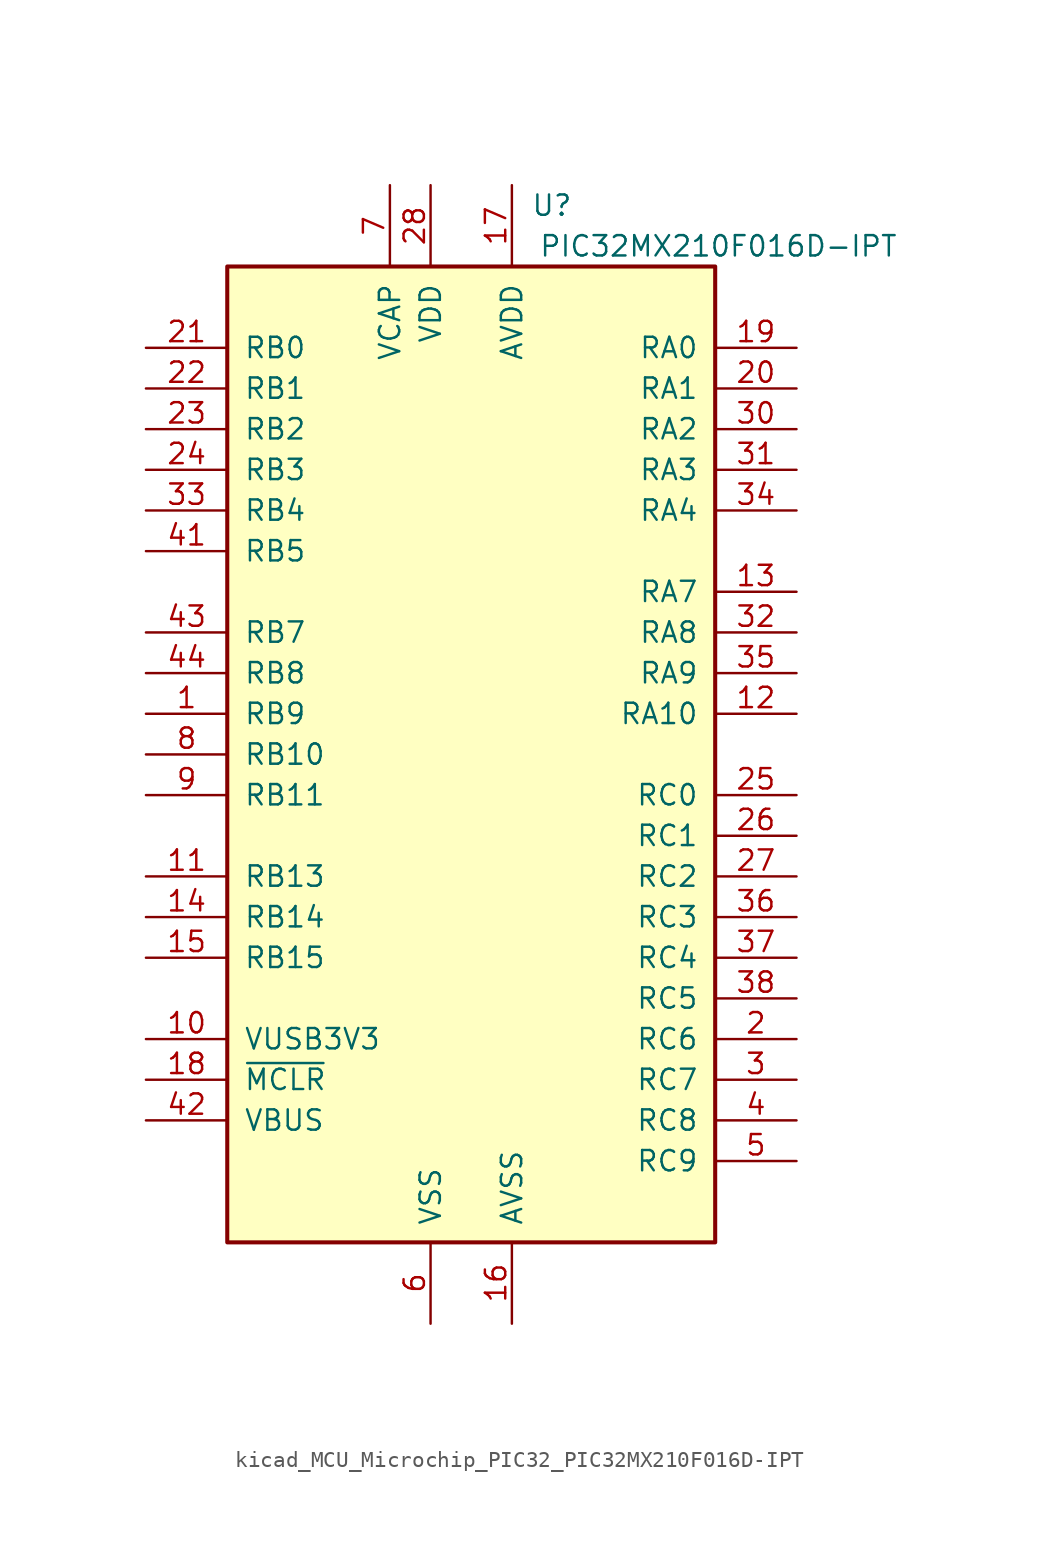
<source format=kicad_sym>
(kicad_symbol_lib
  (version 20220914)
  (generator kicad_symbol_editor)
  (symbol "kicad_MCU_Microchip_PIC32_PIC32MX210F016D-IPT"
    (pin_names
      (offset 1.016))
    (property "Reference" "U"
      (at 6.35 34.29 0)
      (effects (font (size 1.27 1.27)) (justify right)))
    (property "Value" "PIC32MX210F016D-IPT"
      (at 26.67 31.75 0)
      (effects (font (size 1.27 1.27)) (justify right)))
    (symbol "kicad_MCU_Microchip_PIC32_PIC32MX210F016D-IPT_0_1"
      (rectangle (start -15.24 30.48) (end 15.24 -30.48) (stroke (width 0.254) (type default)) (fill (type background))))
    (symbol "kicad_MCU_Microchip_PIC32_PIC32MX210F016D-IPT_1_1"
      (pin bidirectional line (at -20.32 2.54 0) (length 5.08) (name "RB9" (effects (font (size 1.27 1.27)))) (number "1" (effects (font (size 1.27 1.27)))))
      (pin bidirectional line (at -20.32 -17.78 0) (length 5.08) (name "VUSB3V3" (effects (font (size 1.27 1.27)))) (number "10" (effects (font (size 1.27 1.27)))))
      (pin bidirectional line (at -20.32 -7.62 0) (length 5.08) (name "RB13" (effects (font (size 1.27 1.27)))) (number "11" (effects (font (size 1.27 1.27)))))
      (pin bidirectional line (at 20.32 2.54 180) (length 5.08) (name "RA10" (effects (font (size 1.27 1.27)))) (number "12" (effects (font (size 1.27 1.27)))))
      (pin bidirectional line (at 20.32 10.16 180) (length 5.08) (name "RA7" (effects (font (size 1.27 1.27)))) (number "13" (effects (font (size 1.27 1.27)))))
      (pin bidirectional line (at -20.32 -10.16 0) (length 5.08) (name "RB14" (effects (font (size 1.27 1.27)))) (number "14" (effects (font (size 1.27 1.27)))))
      (pin bidirectional line (at -20.32 -12.7 0) (length 5.08) (name "RB15" (effects (font (size 1.27 1.27)))) (number "15" (effects (font (size 1.27 1.27)))))
      (pin power_in line (at 2.54 -35.56 90) (length 5.08) (name "AVSS" (effects (font (size 1.27 1.27)))) (number "16" (effects (font (size 1.27 1.27)))))
      (pin power_in line (at 2.54 35.56 270) (length 5.08) (name "AVDD" (effects (font (size 1.27 1.27)))) (number "17" (effects (font (size 1.27 1.27)))))
      (pin input line (at -20.32 -20.32 0) (length 5.08) (name "~{MCLR}" (effects (font (size 1.27 1.27)))) (number "18" (effects (font (size 1.27 1.27)))))
      (pin input line (at 20.32 25.4 180) (length 5.08) (name "RA0" (effects (font (size 1.27 1.27)))) (number "19" (effects (font (size 1.27 1.27)))))
      (pin bidirectional line (at 20.32 -17.78 180) (length 5.08) (name "RC6" (effects (font (size 1.27 1.27)))) (number "2" (effects (font (size 1.27 1.27)))))
      (pin input line (at 20.32 22.86 180) (length 5.08) (name "RA1" (effects (font (size 1.27 1.27)))) (number "20" (effects (font (size 1.27 1.27)))))
      (pin input line (at -20.32 25.4 0) (length 5.08) (name "RB0" (effects (font (size 1.27 1.27)))) (number "21" (effects (font (size 1.27 1.27)))))
      (pin input line (at -20.32 22.86 0) (length 5.08) (name "RB1" (effects (font (size 1.27 1.27)))) (number "22" (effects (font (size 1.27 1.27)))))
      (pin input line (at -20.32 20.32 0) (length 5.08) (name "RB2" (effects (font (size 1.27 1.27)))) (number "23" (effects (font (size 1.27 1.27)))))
      (pin input line (at -20.32 17.78 0) (length 5.08) (name "RB3" (effects (font (size 1.27 1.27)))) (number "24" (effects (font (size 1.27 1.27)))))
      (pin input line (at 20.32 -2.54 180) (length 5.08) (name "RC0" (effects (font (size 1.27 1.27)))) (number "25" (effects (font (size 1.27 1.27)))))
      (pin input line (at 20.32 -5.08 180) (length 5.08) (name "RC1" (effects (font (size 1.27 1.27)))) (number "26" (effects (font (size 1.27 1.27)))))
      (pin input line (at 20.32 -7.62 180) (length 5.08) (name "RC2" (effects (font (size 1.27 1.27)))) (number "27" (effects (font (size 1.27 1.27)))))
      (pin power_in line (at -2.54 35.56 270) (length 5.08) (name "VDD" (effects (font (size 1.27 1.27)))) (number "28" (effects (font (size 1.27 1.27)))))
      (pin passive line (at -2.54 -35.56 90) (length 5.08) hide (name "VSS" (effects (font (size 1.27 1.27)))) (number "29" (effects (font (size 1.27 1.27)))))
      (pin bidirectional line (at 20.32 -20.32 180) (length 5.08) (name "RC7" (effects (font (size 1.27 1.27)))) (number "3" (effects (font (size 1.27 1.27)))))
      (pin input line (at 20.32 20.32 180) (length 5.08) (name "RA2" (effects (font (size 1.27 1.27)))) (number "30" (effects (font (size 1.27 1.27)))))
      (pin input line (at 20.32 17.78 180) (length 5.08) (name "RA3" (effects (font (size 1.27 1.27)))) (number "31" (effects (font (size 1.27 1.27)))))
      (pin input line (at 20.32 7.62 180) (length 5.08) (name "RA8" (effects (font (size 1.27 1.27)))) (number "32" (effects (font (size 1.27 1.27)))))
      (pin input line (at -20.32 15.24 0) (length 5.08) (name "RB4" (effects (font (size 1.27 1.27)))) (number "33" (effects (font (size 1.27 1.27)))))
      (pin input line (at 20.32 15.24 180) (length 5.08) (name "RA4" (effects (font (size 1.27 1.27)))) (number "34" (effects (font (size 1.27 1.27)))))
      (pin input line (at 20.32 5.08 180) (length 5.08) (name "RA9" (effects (font (size 1.27 1.27)))) (number "35" (effects (font (size 1.27 1.27)))))
      (pin input line (at 20.32 -10.16 180) (length 5.08) (name "RC3" (effects (font (size 1.27 1.27)))) (number "36" (effects (font (size 1.27 1.27)))))
      (pin input line (at 20.32 -12.7 180) (length 5.08) (name "RC4" (effects (font (size 1.27 1.27)))) (number "37" (effects (font (size 1.27 1.27)))))
      (pin input line (at 20.32 -15.24 180) (length 5.08) (name "RC5" (effects (font (size 1.27 1.27)))) (number "38" (effects (font (size 1.27 1.27)))))
      (pin passive line (at -2.54 -35.56 90) (length 5.08) hide (name "VSS" (effects (font (size 1.27 1.27)))) (number "39" (effects (font (size 1.27 1.27)))))
      (pin bidirectional line (at 20.32 -22.86 180) (length 5.08) (name "RC8" (effects (font (size 1.27 1.27)))) (number "4" (effects (font (size 1.27 1.27)))))
      (pin passive line (at -2.54 35.56 270) (length 5.08) hide (name "VDD" (effects (font (size 1.27 1.27)))) (number "40" (effects (font (size 1.27 1.27)))))
      (pin input line (at -20.32 12.7 0) (length 5.08) (name "RB5" (effects (font (size 1.27 1.27)))) (number "41" (effects (font (size 1.27 1.27)))))
      (pin input line (at -20.32 -22.86 0) (length 5.08) (name "VBUS" (effects (font (size 1.27 1.27)))) (number "42" (effects (font (size 1.27 1.27)))))
      (pin input line (at -20.32 7.62 0) (length 5.08) (name "RB7" (effects (font (size 1.27 1.27)))) (number "43" (effects (font (size 1.27 1.27)))))
      (pin input line (at -20.32 5.08 0) (length 5.08) (name "RB8" (effects (font (size 1.27 1.27)))) (number "44" (effects (font (size 1.27 1.27)))))
      (pin bidirectional line (at 20.32 -25.4 180) (length 5.08) (name "RC9" (effects (font (size 1.27 1.27)))) (number "5" (effects (font (size 1.27 1.27)))))
      (pin power_in line (at -2.54 -35.56 90) (length 5.08) (name "VSS" (effects (font (size 1.27 1.27)))) (number "6" (effects (font (size 1.27 1.27)))))
      (pin power_in line (at -5.08 35.56 270) (length 5.08) (name "VCAP" (effects (font (size 1.27 1.27)))) (number "7" (effects (font (size 1.27 1.27)))))
      (pin bidirectional line (at -20.32 0 0) (length 5.08) (name "RB10" (effects (font (size 1.27 1.27)))) (number "8" (effects (font (size 1.27 1.27)))))
      (pin bidirectional line (at -20.32 -2.54 0) (length 5.08) (name "RB11" (effects (font (size 1.27 1.27)))) (number "9" (effects (font (size 1.27 1.27))))))))
</source>
